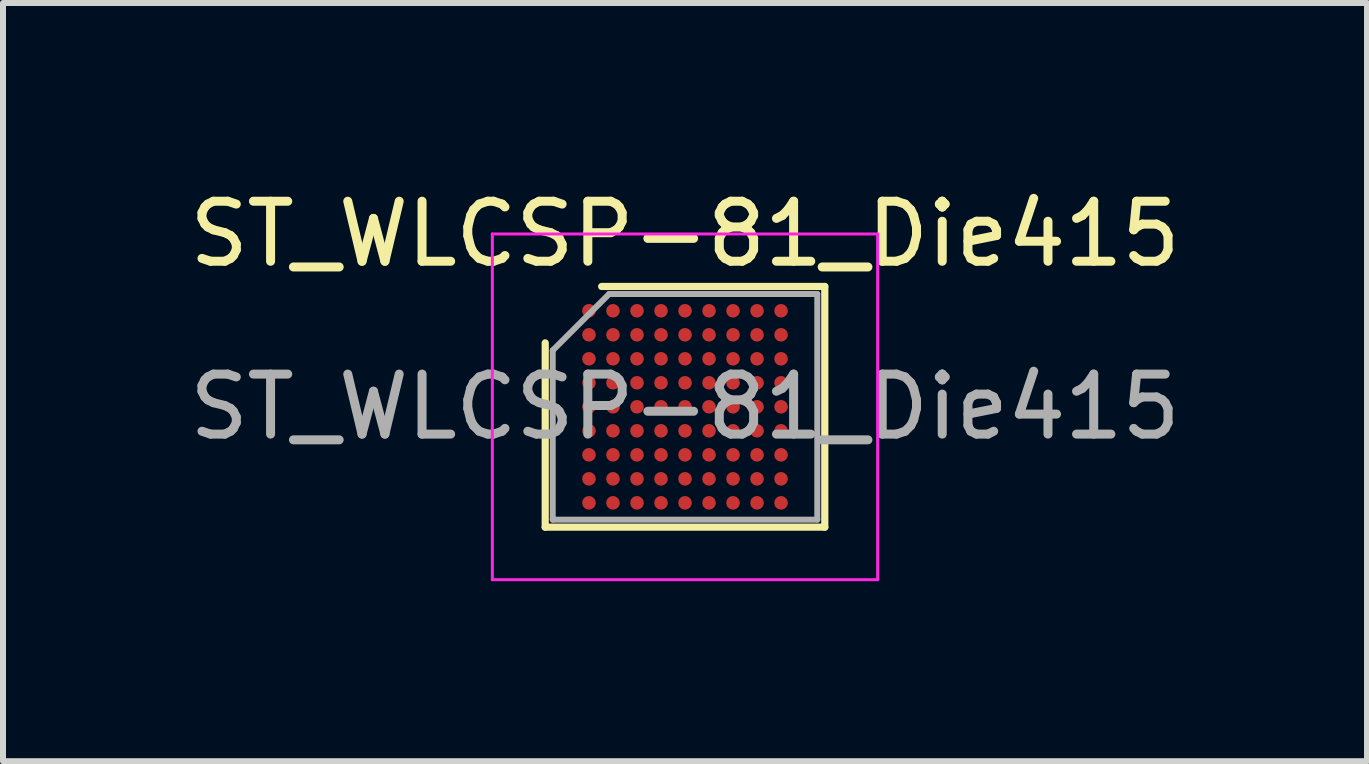
<source format=kicad_pcb>
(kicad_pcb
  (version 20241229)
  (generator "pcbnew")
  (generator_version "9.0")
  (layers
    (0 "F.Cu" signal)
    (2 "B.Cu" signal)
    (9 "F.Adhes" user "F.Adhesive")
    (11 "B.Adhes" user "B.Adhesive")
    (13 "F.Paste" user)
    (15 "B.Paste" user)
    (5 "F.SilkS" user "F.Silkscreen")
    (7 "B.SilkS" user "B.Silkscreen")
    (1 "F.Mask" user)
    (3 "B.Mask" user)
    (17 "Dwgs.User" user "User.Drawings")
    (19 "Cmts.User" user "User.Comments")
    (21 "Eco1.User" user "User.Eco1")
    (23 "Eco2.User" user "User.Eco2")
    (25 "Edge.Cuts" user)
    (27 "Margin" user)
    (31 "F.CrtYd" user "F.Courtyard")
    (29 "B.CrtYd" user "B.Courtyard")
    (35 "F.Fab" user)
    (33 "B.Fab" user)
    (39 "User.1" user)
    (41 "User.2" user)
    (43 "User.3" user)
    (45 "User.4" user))
  (footprint "ST_WLCSP-81_Die415"
    (layer "F.Cu")
    (at 8.363 3.728)
    (property "Reference" "ST_WLCSP-81_Die415" (at 0 -2.88 0) (layer "F.SilkS") (effects (font (size 1 1) (thickness 0.15))))
    (attr smd)
    (fp_line (start -2.329 2.005) (end -2.329 -1.065) (stroke (width 0.12) (type solid)) (layer "F.SilkS"))
    (fp_line (start -1.389 -2.005) (end 2.329 -2.005) (stroke (width 0.12) (type solid)) (layer "F.SilkS"))
    (fp_line (start 2.329 -2.005) (end 2.329 2.005) (stroke (width 0.12) (type solid)) (layer "F.SilkS"))
    (fp_line (start 2.329 2.005) (end -2.329 2.005) (stroke (width 0.12) (type solid)) (layer "F.SilkS"))
    (fp_line (start -3.21 -2.88) (end -3.21 2.88) (stroke (width 0.05) (type solid)) (layer "F.CrtYd"))
    (fp_line (start -3.21 2.88) (end 3.21 2.88) (stroke (width 0.05) (type solid)) (layer "F.CrtYd"))
    (fp_line (start 3.21 -2.88) (end -3.21 -2.88) (stroke (width 0.05) (type solid)) (layer "F.CrtYd"))
    (fp_line (start 3.21 2.88) (end 3.21 -2.88) (stroke (width 0.05) (type solid)) (layer "F.CrtYd"))
    (fp_line (start -2.204 -0.94) (end -1.264 -1.88) (stroke (width 0.1) (type solid)) (layer "F.Fab"))
    (fp_line (start -2.204 1.88) (end -2.204 -0.94) (stroke (width 0.1) (type solid)) (layer "F.Fab"))
    (fp_line (start -1.264 -1.88) (end 2.204 -1.88) (stroke (width 0.1) (type solid)) (layer "F.Fab"))
    (fp_line (start 2.204 -1.88) (end 2.204 1.88) (stroke (width 0.1) (type solid)) (layer "F.Fab"))
    (fp_line (start 2.204 1.88) (end -2.204 1.88) (stroke (width 0.1) (type solid)) (layer "F.Fab"))
    (fp_text user "${REFERENCE}" (at 0 0 0) (layer "F.Fab") (effects (font (size 1 1) (thickness 0.15))))
    (pad "A1" smd circle (at -1.6 -1.6) (size 0.225 0.225) (layers "F.Cu" "F.Mask" "F.Paste"))
    (pad "A2" smd circle (at -1.2 -1.6) (size 0.225 0.225) (layers "F.Cu" "F.Mask" "F.Paste"))
    (pad "A3" smd circle (at -0.8 -1.6) (size 0.225 0.225) (layers "F.Cu" "F.Mask" "F.Paste"))
    (pad "A4" smd circle (at -0.4 -1.6) (size 0.225 0.225) (layers "F.Cu" "F.Mask" "F.Paste"))
    (pad "A5" smd circle (at 0 -1.6) (size 0.225 0.225) (layers "F.Cu" "F.Mask" "F.Paste"))
    (pad "A6" smd circle (at 0.4 -1.6) (size 0.225 0.225) (layers "F.Cu" "F.Mask" "F.Paste"))
    (pad "A7" smd circle (at 0.8 -1.6) (size 0.225 0.225) (layers "F.Cu" "F.Mask" "F.Paste"))
    (pad "A8" smd circle (at 1.2 -1.6) (size 0.225 0.225) (layers "F.Cu" "F.Mask" "F.Paste"))
    (pad "A9" smd circle (at 1.6 -1.6) (size 0.225 0.225) (layers "F.Cu" "F.Mask" "F.Paste"))
    (pad "B1" smd circle (at -1.6 -1.2) (size 0.225 0.225) (layers "F.Cu" "F.Mask" "F.Paste"))
    (pad "B2" smd circle (at -1.2 -1.2) (size 0.225 0.225) (layers "F.Cu" "F.Mask" "F.Paste"))
    (pad "B3" smd circle (at -0.8 -1.2) (size 0.225 0.225) (layers "F.Cu" "F.Mask" "F.Paste"))
    (pad "B4" smd circle (at -0.4 -1.2) (size 0.225 0.225) (layers "F.Cu" "F.Mask" "F.Paste"))
    (pad "B5" smd circle (at 0 -1.2) (size 0.225 0.225) (layers "F.Cu" "F.Mask" "F.Paste"))
    (pad "B6" smd circle (at 0.4 -1.2) (size 0.225 0.225) (layers "F.Cu" "F.Mask" "F.Paste"))
    (pad "B7" smd circle (at 0.8 -1.2) (size 0.225 0.225) (layers "F.Cu" "F.Mask" "F.Paste"))
    (pad "B8" smd circle (at 1.2 -1.2) (size 0.225 0.225) (layers "F.Cu" "F.Mask" "F.Paste"))
    (pad "B9" smd circle (at 1.6 -1.2) (size 0.225 0.225) (layers "F.Cu" "F.Mask" "F.Paste"))
    (pad "C1" smd circle (at -1.6 -0.8) (size 0.225 0.225) (layers "F.Cu" "F.Mask" "F.Paste"))
    (pad "C2" smd circle (at -1.2 -0.8) (size 0.225 0.225) (layers "F.Cu" "F.Mask" "F.Paste"))
    (pad "C3" smd circle (at -0.8 -0.8) (size 0.225 0.225) (layers "F.Cu" "F.Mask" "F.Paste"))
    (pad "C4" smd circle (at -0.4 -0.8) (size 0.225 0.225) (layers "F.Cu" "F.Mask" "F.Paste"))
    (pad "C5" smd circle (at 0 -0.8) (size 0.225 0.225) (layers "F.Cu" "F.Mask" "F.Paste"))
    (pad "C6" smd circle (at 0.4 -0.8) (size 0.225 0.225) (layers "F.Cu" "F.Mask" "F.Paste"))
    (pad "C7" smd circle (at 0.8 -0.8) (size 0.225 0.225) (layers "F.Cu" "F.Mask" "F.Paste"))
    (pad "C8" smd circle (at 1.2 -0.8) (size 0.225 0.225) (layers "F.Cu" "F.Mask" "F.Paste"))
    (pad "C9" smd circle (at 1.6 -0.8) (size 0.225 0.225) (layers "F.Cu" "F.Mask" "F.Paste"))
    (pad "D1" smd circle (at -1.6 -0.4) (size 0.225 0.225) (layers "F.Cu" "F.Mask" "F.Paste"))
    (pad "D2" smd circle (at -1.2 -0.4) (size 0.225 0.225) (layers "F.Cu" "F.Mask" "F.Paste"))
    (pad "D3" smd circle (at -0.8 -0.4) (size 0.225 0.225) (layers "F.Cu" "F.Mask" "F.Paste"))
    (pad "D4" smd circle (at -0.4 -0.4) (size 0.225 0.225) (layers "F.Cu" "F.Mask" "F.Paste"))
    (pad "D5" smd circle (at 0 -0.4) (size 0.225 0.225) (layers "F.Cu" "F.Mask" "F.Paste"))
    (pad "D6" smd circle (at 0.4 -0.4) (size 0.225 0.225) (layers "F.Cu" "F.Mask" "F.Paste"))
    (pad "D7" smd circle (at 0.8 -0.4) (size 0.225 0.225) (layers "F.Cu" "F.Mask" "F.Paste"))
    (pad "D8" smd circle (at 1.2 -0.4) (size 0.225 0.225) (layers "F.Cu" "F.Mask" "F.Paste"))
    (pad "D9" smd circle (at 1.6 -0.4) (size 0.225 0.225) (layers "F.Cu" "F.Mask" "F.Paste"))
    (pad "E1" smd circle (at -1.6 0) (size 0.225 0.225) (layers "F.Cu" "F.Mask" "F.Paste"))
    (pad "E2" smd circle (at -1.2 0) (size 0.225 0.225) (layers "F.Cu" "F.Mask" "F.Paste"))
    (pad "E3" smd circle (at -0.8 0) (size 0.225 0.225) (layers "F.Cu" "F.Mask" "F.Paste"))
    (pad "E4" smd circle (at -0.4 0) (size 0.225 0.225) (layers "F.Cu" "F.Mask" "F.Paste"))
    (pad "E5" smd circle (at 0 0) (size 0.225 0.225) (layers "F.Cu" "F.Mask" "F.Paste"))
    (pad "E6" smd circle (at 0.4 0) (size 0.225 0.225) (layers "F.Cu" "F.Mask" "F.Paste"))
    (pad "E7" smd circle (at 0.8 0) (size 0.225 0.225) (layers "F.Cu" "F.Mask" "F.Paste"))
    (pad "E8" smd circle (at 1.2 0) (size 0.225 0.225) (layers "F.Cu" "F.Mask" "F.Paste"))
    (pad "E9" smd circle (at 1.6 0) (size 0.225 0.225) (layers "F.Cu" "F.Mask" "F.Paste"))
    (pad "F1" smd circle (at -1.6 0.4) (size 0.225 0.225) (layers "F.Cu" "F.Mask" "F.Paste"))
    (pad "F2" smd circle (at -1.2 0.4) (size 0.225 0.225) (layers "F.Cu" "F.Mask" "F.Paste"))
    (pad "F3" smd circle (at -0.8 0.4) (size 0.225 0.225) (layers "F.Cu" "F.Mask" "F.Paste"))
    (pad "F4" smd circle (at -0.4 0.4) (size 0.225 0.225) (layers "F.Cu" "F.Mask" "F.Paste"))
    (pad "F5" smd circle (at 0 0.4) (size 0.225 0.225) (layers "F.Cu" "F.Mask" "F.Paste"))
    (pad "F6" smd circle (at 0.4 0.4) (size 0.225 0.225) (layers "F.Cu" "F.Mask" "F.Paste"))
    (pad "F7" smd circle (at 0.8 0.4) (size 0.225 0.225) (layers "F.Cu" "F.Mask" "F.Paste"))
    (pad "F8" smd circle (at 1.2 0.4) (size 0.225 0.225) (layers "F.Cu" "F.Mask" "F.Paste"))
    (pad "F9" smd circle (at 1.6 0.4) (size 0.225 0.225) (layers "F.Cu" "F.Mask" "F.Paste"))
    (pad "G1" smd circle (at -1.6 0.8) (size 0.225 0.225) (layers "F.Cu" "F.Mask" "F.Paste"))
    (pad "G2" smd circle (at -1.2 0.8) (size 0.225 0.225) (layers "F.Cu" "F.Mask" "F.Paste"))
    (pad "G3" smd circle (at -0.8 0.8) (size 0.225 0.225) (layers "F.Cu" "F.Mask" "F.Paste"))
    (pad "G4" smd circle (at -0.4 0.8) (size 0.225 0.225) (layers "F.Cu" "F.Mask" "F.Paste"))
    (pad "G5" smd circle (at 0 0.8) (size 0.225 0.225) (layers "F.Cu" "F.Mask" "F.Paste"))
    (pad "G6" smd circle (at 0.4 0.8) (size 0.225 0.225) (layers "F.Cu" "F.Mask" "F.Paste"))
    (pad "G7" smd circle (at 0.8 0.8) (size 0.225 0.225) (layers "F.Cu" "F.Mask" "F.Paste"))
    (pad "G8" smd circle (at 1.2 0.8) (size 0.225 0.225) (layers "F.Cu" "F.Mask" "F.Paste"))
    (pad "G9" smd circle (at 1.6 0.8) (size 0.225 0.225) (layers "F.Cu" "F.Mask" "F.Paste"))
    (pad "H1" smd circle (at -1.6 1.2) (size 0.225 0.225) (layers "F.Cu" "F.Mask" "F.Paste"))
    (pad "H2" smd circle (at -1.2 1.2) (size 0.225 0.225) (layers "F.Cu" "F.Mask" "F.Paste"))
    (pad "H3" smd circle (at -0.8 1.2) (size 0.225 0.225) (layers "F.Cu" "F.Mask" "F.Paste"))
    (pad "H4" smd circle (at -0.4 1.2) (size 0.225 0.225) (layers "F.Cu" "F.Mask" "F.Paste"))
    (pad "H5" smd circle (at 0 1.2) (size 0.225 0.225) (layers "F.Cu" "F.Mask" "F.Paste"))
    (pad "H6" smd circle (at 0.4 1.2) (size 0.225 0.225) (layers "F.Cu" "F.Mask" "F.Paste"))
    (pad "H7" smd circle (at 0.8 1.2) (size 0.225 0.225) (layers "F.Cu" "F.Mask" "F.Paste"))
    (pad "H8" smd circle (at 1.2 1.2) (size 0.225 0.225) (layers "F.Cu" "F.Mask" "F.Paste"))
    (pad "H9" smd circle (at 1.6 1.2) (size 0.225 0.225) (layers "F.Cu" "F.Mask" "F.Paste"))
    (pad "J1" smd circle (at -1.6 1.6) (size 0.225 0.225) (layers "F.Cu" "F.Mask" "F.Paste"))
    (pad "J2" smd circle (at -1.2 1.6) (size 0.225 0.225) (layers "F.Cu" "F.Mask" "F.Paste"))
    (pad "J3" smd circle (at -0.8 1.6) (size 0.225 0.225) (layers "F.Cu" "F.Mask" "F.Paste"))
    (pad "J4" smd circle (at -0.4 1.6) (size 0.225 0.225) (layers "F.Cu" "F.Mask" "F.Paste"))
    (pad "J5" smd circle (at 0 1.6) (size 0.225 0.225) (layers "F.Cu" "F.Mask" "F.Paste"))
    (pad "J6" smd circle (at 0.4 1.6) (size 0.225 0.225) (layers "F.Cu" "F.Mask" "F.Paste"))
    (pad "J7" smd circle (at 0.8 1.6) (size 0.225 0.225) (layers "F.Cu" "F.Mask" "F.Paste"))
    (pad "J8" smd circle (at 1.2 1.6) (size 0.225 0.225) (layers "F.Cu" "F.Mask" "F.Paste"))
    (pad "J9" smd circle (at 1.6 1.6) (size 0.225 0.225) (layers "F.Cu" "F.Mask" "F.Paste")))
  (gr_rect
    (start -3 -3)
    (end 19.726 9.633)
    (stroke (width 0.1) (type default))
    (fill no)
    (layer "Edge.Cuts")))
</source>
